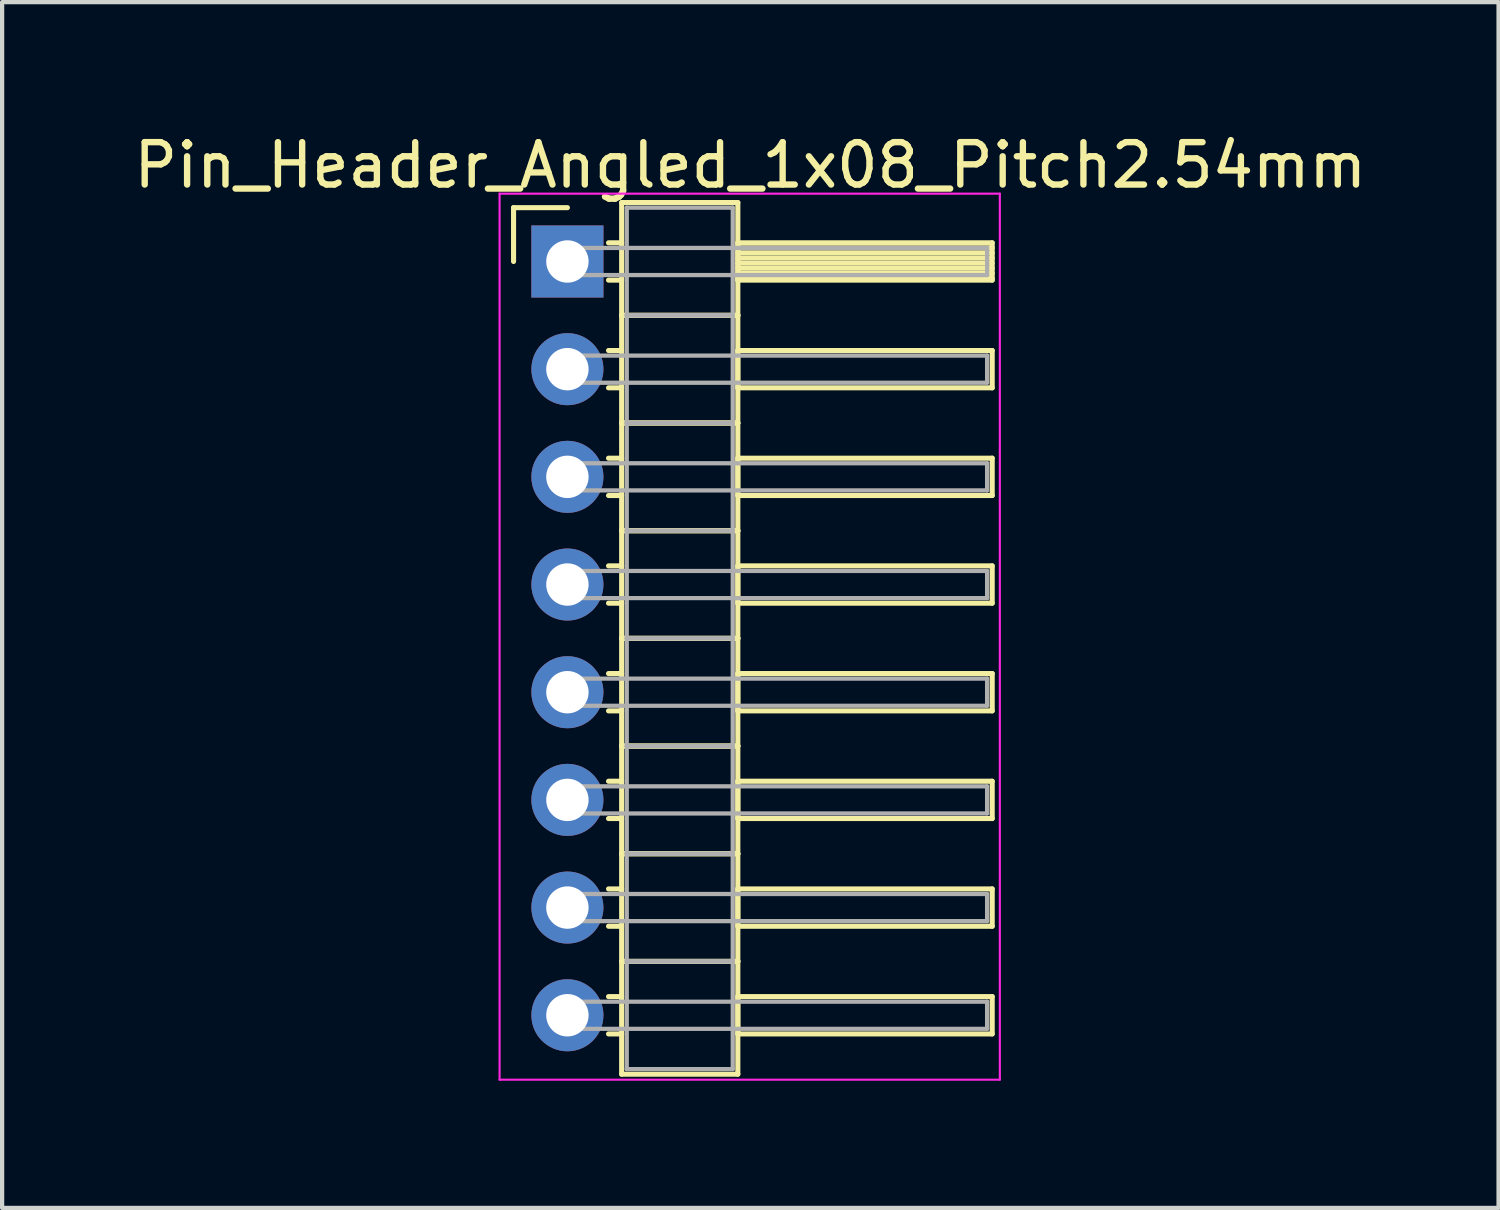
<source format=kicad_pcb>
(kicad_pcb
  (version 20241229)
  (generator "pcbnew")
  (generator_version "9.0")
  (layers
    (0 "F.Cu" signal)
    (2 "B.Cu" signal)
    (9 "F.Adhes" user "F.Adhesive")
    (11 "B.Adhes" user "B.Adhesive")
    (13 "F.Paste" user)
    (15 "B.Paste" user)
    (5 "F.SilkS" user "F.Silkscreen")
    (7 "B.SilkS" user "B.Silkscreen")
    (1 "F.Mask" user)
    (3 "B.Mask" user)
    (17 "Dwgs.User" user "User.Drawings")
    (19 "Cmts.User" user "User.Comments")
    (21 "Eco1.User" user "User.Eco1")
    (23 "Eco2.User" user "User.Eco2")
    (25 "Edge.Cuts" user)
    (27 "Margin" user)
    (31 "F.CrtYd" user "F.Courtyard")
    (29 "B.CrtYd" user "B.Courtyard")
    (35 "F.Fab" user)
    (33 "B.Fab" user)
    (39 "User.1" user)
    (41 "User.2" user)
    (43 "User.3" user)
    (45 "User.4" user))
  (footprint "Pin_Header_Angled_1x08_Pitch2.54mm"
    (layer "F.Cu")
    (at 10.334 3.118)
    (property "Reference" "Pin_Header_Angled_1x08_Pitch2.54mm" (at 4.315 -2.27 0) (layer "F.SilkS") (effects (font (size 1 1) (thickness 0.15))))
    (attr through_hole)
    (fp_line (start -1.27 -1.27) (end 0 -1.27) (stroke (width 0.12) (type solid)) (layer "F.SilkS"))
    (fp_line (start -1.27 0) (end -1.27 -1.27) (stroke (width 0.12) (type solid)) (layer "F.SilkS"))
    (fp_line (start 0.97 -0.44) (end 1.28 -0.44) (stroke (width 0.12) (type solid)) (layer "F.SilkS"))
    (fp_line (start 0.97 0.44) (end 1.28 0.44) (stroke (width 0.12) (type solid)) (layer "F.SilkS"))
    (fp_line (start 0.97 2.1) (end 1.28 2.1) (stroke (width 0.12) (type solid)) (layer "F.SilkS"))
    (fp_line (start 0.97 2.98) (end 1.28 2.98) (stroke (width 0.12) (type solid)) (layer "F.SilkS"))
    (fp_line (start 0.97 4.64) (end 1.28 4.64) (stroke (width 0.12) (type solid)) (layer "F.SilkS"))
    (fp_line (start 0.97 5.52) (end 1.28 5.52) (stroke (width 0.12) (type solid)) (layer "F.SilkS"))
    (fp_line (start 0.97 7.18) (end 1.28 7.18) (stroke (width 0.12) (type solid)) (layer "F.SilkS"))
    (fp_line (start 0.97 8.06) (end 1.28 8.06) (stroke (width 0.12) (type solid)) (layer "F.SilkS"))
    (fp_line (start 0.97 9.72) (end 1.28 9.72) (stroke (width 0.12) (type solid)) (layer "F.SilkS"))
    (fp_line (start 0.97 10.6) (end 1.28 10.6) (stroke (width 0.12) (type solid)) (layer "F.SilkS"))
    (fp_line (start 0.97 12.26) (end 1.28 12.26) (stroke (width 0.12) (type solid)) (layer "F.SilkS"))
    (fp_line (start 0.97 13.14) (end 1.28 13.14) (stroke (width 0.12) (type solid)) (layer "F.SilkS"))
    (fp_line (start 0.97 14.8) (end 1.28 14.8) (stroke (width 0.12) (type solid)) (layer "F.SilkS"))
    (fp_line (start 0.97 15.68) (end 1.28 15.68) (stroke (width 0.12) (type solid)) (layer "F.SilkS"))
    (fp_line (start 0.97 17.34) (end 1.28 17.34) (stroke (width 0.12) (type solid)) (layer "F.SilkS"))
    (fp_line (start 0.97 18.22) (end 1.28 18.22) (stroke (width 0.12) (type solid)) (layer "F.SilkS"))
    (fp_line (start 1.28 -1.39) (end 1.28 1.27) (stroke (width 0.12) (type solid)) (layer "F.SilkS"))
    (fp_line (start 1.28 1.27) (end 1.28 3.81) (stroke (width 0.12) (type solid)) (layer "F.SilkS"))
    (fp_line (start 1.28 1.27) (end 4.02 1.27) (stroke (width 0.12) (type solid)) (layer "F.SilkS"))
    (fp_line (start 1.28 3.81) (end 1.28 6.35) (stroke (width 0.12) (type solid)) (layer "F.SilkS"))
    (fp_line (start 1.28 3.81) (end 4.02 3.81) (stroke (width 0.12) (type solid)) (layer "F.SilkS"))
    (fp_line (start 1.28 6.35) (end 1.28 8.89) (stroke (width 0.12) (type solid)) (layer "F.SilkS"))
    (fp_line (start 1.28 6.35) (end 4.02 6.35) (stroke (width 0.12) (type solid)) (layer "F.SilkS"))
    (fp_line (start 1.28 8.89) (end 1.28 11.43) (stroke (width 0.12) (type solid)) (layer "F.SilkS"))
    (fp_line (start 1.28 8.89) (end 4.02 8.89) (stroke (width 0.12) (type solid)) (layer "F.SilkS"))
    (fp_line (start 1.28 11.43) (end 1.28 13.97) (stroke (width 0.12) (type solid)) (layer "F.SilkS"))
    (fp_line (start 1.28 11.43) (end 4.02 11.43) (stroke (width 0.12) (type solid)) (layer "F.SilkS"))
    (fp_line (start 1.28 13.97) (end 1.28 16.51) (stroke (width 0.12) (type solid)) (layer "F.SilkS"))
    (fp_line (start 1.28 13.97) (end 4.02 13.97) (stroke (width 0.12) (type solid)) (layer "F.SilkS"))
    (fp_line (start 1.28 16.51) (end 1.28 19.17) (stroke (width 0.12) (type solid)) (layer "F.SilkS"))
    (fp_line (start 1.28 16.51) (end 4.02 16.51) (stroke (width 0.12) (type solid)) (layer "F.SilkS"))
    (fp_line (start 1.28 19.17) (end 4.02 19.17) (stroke (width 0.12) (type solid)) (layer "F.SilkS"))
    (fp_line (start 4.02 -1.39) (end 1.28 -1.39) (stroke (width 0.12) (type solid)) (layer "F.SilkS"))
    (fp_line (start 4.02 -0.44) (end 4.02 0.44) (stroke (width 0.12) (type solid)) (layer "F.SilkS"))
    (fp_line (start 4.02 -0.32) (end 10.02 -0.32) (stroke (width 0.12) (type solid)) (layer "F.SilkS"))
    (fp_line (start 4.02 -0.2) (end 10.02 -0.2) (stroke (width 0.12) (type solid)) (layer "F.SilkS"))
    (fp_line (start 4.02 -0.08) (end 10.02 -0.08) (stroke (width 0.12) (type solid)) (layer "F.SilkS"))
    (fp_line (start 4.02 0.04) (end 10.02 0.04) (stroke (width 0.12) (type solid)) (layer "F.SilkS"))
    (fp_line (start 4.02 0.16) (end 10.02 0.16) (stroke (width 0.12) (type solid)) (layer "F.SilkS"))
    (fp_line (start 4.02 0.28) (end 10.02 0.28) (stroke (width 0.12) (type solid)) (layer "F.SilkS"))
    (fp_line (start 4.02 0.4) (end 10.02 0.4) (stroke (width 0.12) (type solid)) (layer "F.SilkS"))
    (fp_line (start 4.02 0.44) (end 10.02 0.44) (stroke (width 0.12) (type solid)) (layer "F.SilkS"))
    (fp_line (start 4.02 1.27) (end 1.28 1.27) (stroke (width 0.12) (type solid)) (layer "F.SilkS"))
    (fp_line (start 4.02 1.27) (end 4.02 -1.39) (stroke (width 0.12) (type solid)) (layer "F.SilkS"))
    (fp_line (start 4.02 2.1) (end 4.02 2.98) (stroke (width 0.12) (type solid)) (layer "F.SilkS"))
    (fp_line (start 4.02 2.98) (end 10.02 2.98) (stroke (width 0.12) (type solid)) (layer "F.SilkS"))
    (fp_line (start 4.02 3.81) (end 1.28 3.81) (stroke (width 0.12) (type solid)) (layer "F.SilkS"))
    (fp_line (start 4.02 3.81) (end 4.02 1.27) (stroke (width 0.12) (type solid)) (layer "F.SilkS"))
    (fp_line (start 4.02 4.64) (end 4.02 5.52) (stroke (width 0.12) (type solid)) (layer "F.SilkS"))
    (fp_line (start 4.02 5.52) (end 10.02 5.52) (stroke (width 0.12) (type solid)) (layer "F.SilkS"))
    (fp_line (start 4.02 6.35) (end 1.28 6.35) (stroke (width 0.12) (type solid)) (layer "F.SilkS"))
    (fp_line (start 4.02 6.35) (end 4.02 3.81) (stroke (width 0.12) (type solid)) (layer "F.SilkS"))
    (fp_line (start 4.02 7.18) (end 4.02 8.06) (stroke (width 0.12) (type solid)) (layer "F.SilkS"))
    (fp_line (start 4.02 8.06) (end 10.02 8.06) (stroke (width 0.12) (type solid)) (layer "F.SilkS"))
    (fp_line (start 4.02 8.89) (end 1.28 8.89) (stroke (width 0.12) (type solid)) (layer "F.SilkS"))
    (fp_line (start 4.02 8.89) (end 4.02 6.35) (stroke (width 0.12) (type solid)) (layer "F.SilkS"))
    (fp_line (start 4.02 9.72) (end 4.02 10.6) (stroke (width 0.12) (type solid)) (layer "F.SilkS"))
    (fp_line (start 4.02 10.6) (end 10.02 10.6) (stroke (width 0.12) (type solid)) (layer "F.SilkS"))
    (fp_line (start 4.02 11.43) (end 1.28 11.43) (stroke (width 0.12) (type solid)) (layer "F.SilkS"))
    (fp_line (start 4.02 11.43) (end 4.02 8.89) (stroke (width 0.12) (type solid)) (layer "F.SilkS"))
    (fp_line (start 4.02 12.26) (end 4.02 13.14) (stroke (width 0.12) (type solid)) (layer "F.SilkS"))
    (fp_line (start 4.02 13.14) (end 10.02 13.14) (stroke (width 0.12) (type solid)) (layer "F.SilkS"))
    (fp_line (start 4.02 13.97) (end 1.28 13.97) (stroke (width 0.12) (type solid)) (layer "F.SilkS"))
    (fp_line (start 4.02 13.97) (end 4.02 11.43) (stroke (width 0.12) (type solid)) (layer "F.SilkS"))
    (fp_line (start 4.02 14.8) (end 4.02 15.68) (stroke (width 0.12) (type solid)) (layer "F.SilkS"))
    (fp_line (start 4.02 15.68) (end 10.02 15.68) (stroke (width 0.12) (type solid)) (layer "F.SilkS"))
    (fp_line (start 4.02 16.51) (end 1.28 16.51) (stroke (width 0.12) (type solid)) (layer "F.SilkS"))
    (fp_line (start 4.02 16.51) (end 4.02 13.97) (stroke (width 0.12) (type solid)) (layer "F.SilkS"))
    (fp_line (start 4.02 17.34) (end 4.02 18.22) (stroke (width 0.12) (type solid)) (layer "F.SilkS"))
    (fp_line (start 4.02 18.22) (end 10.02 18.22) (stroke (width 0.12) (type solid)) (layer "F.SilkS"))
    (fp_line (start 4.02 19.17) (end 4.02 16.51) (stroke (width 0.12) (type solid)) (layer "F.SilkS"))
    (fp_line (start 10.02 -0.44) (end 4.02 -0.44) (stroke (width 0.12) (type solid)) (layer "F.SilkS"))
    (fp_line (start 10.02 0.44) (end 10.02 -0.44) (stroke (width 0.12) (type solid)) (layer "F.SilkS"))
    (fp_line (start 10.02 2.1) (end 4.02 2.1) (stroke (width 0.12) (type solid)) (layer "F.SilkS"))
    (fp_line (start 10.02 2.98) (end 10.02 2.1) (stroke (width 0.12) (type solid)) (layer "F.SilkS"))
    (fp_line (start 10.02 4.64) (end 4.02 4.64) (stroke (width 0.12) (type solid)) (layer "F.SilkS"))
    (fp_line (start 10.02 5.52) (end 10.02 4.64) (stroke (width 0.12) (type solid)) (layer "F.SilkS"))
    (fp_line (start 10.02 7.18) (end 4.02 7.18) (stroke (width 0.12) (type solid)) (layer "F.SilkS"))
    (fp_line (start 10.02 8.06) (end 10.02 7.18) (stroke (width 0.12) (type solid)) (layer "F.SilkS"))
    (fp_line (start 10.02 9.72) (end 4.02 9.72) (stroke (width 0.12) (type solid)) (layer "F.SilkS"))
    (fp_line (start 10.02 10.6) (end 10.02 9.72) (stroke (width 0.12) (type solid)) (layer "F.SilkS"))
    (fp_line (start 10.02 12.26) (end 4.02 12.26) (stroke (width 0.12) (type solid)) (layer "F.SilkS"))
    (fp_line (start 10.02 13.14) (end 10.02 12.26) (stroke (width 0.12) (type solid)) (layer "F.SilkS"))
    (fp_line (start 10.02 14.8) (end 4.02 14.8) (stroke (width 0.12) (type solid)) (layer "F.SilkS"))
    (fp_line (start 10.02 15.68) (end 10.02 14.8) (stroke (width 0.12) (type solid)) (layer "F.SilkS"))
    (fp_line (start 10.02 17.34) (end 4.02 17.34) (stroke (width 0.12) (type solid)) (layer "F.SilkS"))
    (fp_line (start 10.02 18.22) (end 10.02 17.34) (stroke (width 0.12) (type solid)) (layer "F.SilkS"))
    (fp_line (start -1.6 -1.6) (end -1.6 19.3) (stroke (width 0.05) (type solid)) (layer "F.CrtYd"))
    (fp_line (start -1.6 19.3) (end 10.2 19.3) (stroke (width 0.05) (type solid)) (layer "F.CrtYd"))
    (fp_line (start 10.2 -1.6) (end -1.6 -1.6) (stroke (width 0.05) (type solid)) (layer "F.CrtYd"))
    (fp_line (start 10.2 19.3) (end 10.2 -1.6) (stroke (width 0.05) (type solid)) (layer "F.CrtYd"))
    (fp_line (start 0 -0.32) (end 0 0.32) (stroke (width 0.1) (type solid)) (layer "F.Fab"))
    (fp_line (start 0 0.32) (end 9.9 0.32) (stroke (width 0.1) (type solid)) (layer "F.Fab"))
    (fp_line (start 0 2.22) (end 0 2.86) (stroke (width 0.1) (type solid)) (layer "F.Fab"))
    (fp_line (start 0 2.86) (end 9.9 2.86) (stroke (width 0.1) (type solid)) (layer "F.Fab"))
    (fp_line (start 0 4.76) (end 0 5.4) (stroke (width 0.1) (type solid)) (layer "F.Fab"))
    (fp_line (start 0 5.4) (end 9.9 5.4) (stroke (width 0.1) (type solid)) (layer "F.Fab"))
    (fp_line (start 0 7.3) (end 0 7.94) (stroke (width 0.1) (type solid)) (layer "F.Fab"))
    (fp_line (start 0 7.94) (end 9.9 7.94) (stroke (width 0.1) (type solid)) (layer "F.Fab"))
    (fp_line (start 0 9.84) (end 0 10.48) (stroke (width 0.1) (type solid)) (layer "F.Fab"))
    (fp_line (start 0 10.48) (end 9.9 10.48) (stroke (width 0.1) (type solid)) (layer "F.Fab"))
    (fp_line (start 0 12.38) (end 0 13.02) (stroke (width 0.1) (type solid)) (layer "F.Fab"))
    (fp_line (start 0 13.02) (end 9.9 13.02) (stroke (width 0.1) (type solid)) (layer "F.Fab"))
    (fp_line (start 0 14.92) (end 0 15.56) (stroke (width 0.1) (type solid)) (layer "F.Fab"))
    (fp_line (start 0 15.56) (end 9.9 15.56) (stroke (width 0.1) (type solid)) (layer "F.Fab"))
    (fp_line (start 0 17.46) (end 0 18.1) (stroke (width 0.1) (type solid)) (layer "F.Fab"))
    (fp_line (start 0 18.1) (end 9.9 18.1) (stroke (width 0.1) (type solid)) (layer "F.Fab"))
    (fp_line (start 1.4 -1.27) (end 1.4 1.27) (stroke (width 0.1) (type solid)) (layer "F.Fab"))
    (fp_line (start 1.4 1.27) (end 1.4 3.81) (stroke (width 0.1) (type solid)) (layer "F.Fab"))
    (fp_line (start 1.4 1.27) (end 3.9 1.27) (stroke (width 0.1) (type solid)) (layer "F.Fab"))
    (fp_line (start 1.4 3.81) (end 1.4 6.35) (stroke (width 0.1) (type solid)) (layer "F.Fab"))
    (fp_line (start 1.4 3.81) (end 3.9 3.81) (stroke (width 0.1) (type solid)) (layer "F.Fab"))
    (fp_line (start 1.4 6.35) (end 1.4 8.89) (stroke (width 0.1) (type solid)) (layer "F.Fab"))
    (fp_line (start 1.4 6.35) (end 3.9 6.35) (stroke (width 0.1) (type solid)) (layer "F.Fab"))
    (fp_line (start 1.4 8.89) (end 1.4 11.43) (stroke (width 0.1) (type solid)) (layer "F.Fab"))
    (fp_line (start 1.4 8.89) (end 3.9 8.89) (stroke (width 0.1) (type solid)) (layer "F.Fab"))
    (fp_line (start 1.4 11.43) (end 1.4 13.97) (stroke (width 0.1) (type solid)) (layer "F.Fab"))
    (fp_line (start 1.4 11.43) (end 3.9 11.43) (stroke (width 0.1) (type solid)) (layer "F.Fab"))
    (fp_line (start 1.4 13.97) (end 1.4 16.51) (stroke (width 0.1) (type solid)) (layer "F.Fab"))
    (fp_line (start 1.4 13.97) (end 3.9 13.97) (stroke (width 0.1) (type solid)) (layer "F.Fab"))
    (fp_line (start 1.4 16.51) (end 1.4 19.05) (stroke (width 0.1) (type solid)) (layer "F.Fab"))
    (fp_line (start 1.4 16.51) (end 3.9 16.51) (stroke (width 0.1) (type solid)) (layer "F.Fab"))
    (fp_line (start 1.4 19.05) (end 3.9 19.05) (stroke (width 0.1) (type solid)) (layer "F.Fab"))
    (fp_line (start 3.9 -1.27) (end 1.4 -1.27) (stroke (width 0.1) (type solid)) (layer "F.Fab"))
    (fp_line (start 3.9 1.27) (end 1.4 1.27) (stroke (width 0.1) (type solid)) (layer "F.Fab"))
    (fp_line (start 3.9 1.27) (end 3.9 -1.27) (stroke (width 0.1) (type solid)) (layer "F.Fab"))
    (fp_line (start 3.9 3.81) (end 1.4 3.81) (stroke (width 0.1) (type solid)) (layer "F.Fab"))
    (fp_line (start 3.9 3.81) (end 3.9 1.27) (stroke (width 0.1) (type solid)) (layer "F.Fab"))
    (fp_line (start 3.9 6.35) (end 1.4 6.35) (stroke (width 0.1) (type solid)) (layer "F.Fab"))
    (fp_line (start 3.9 6.35) (end 3.9 3.81) (stroke (width 0.1) (type solid)) (layer "F.Fab"))
    (fp_line (start 3.9 8.89) (end 1.4 8.89) (stroke (width 0.1) (type solid)) (layer "F.Fab"))
    (fp_line (start 3.9 8.89) (end 3.9 6.35) (stroke (width 0.1) (type solid)) (layer "F.Fab"))
    (fp_line (start 3.9 11.43) (end 1.4 11.43) (stroke (width 0.1) (type solid)) (layer "F.Fab"))
    (fp_line (start 3.9 11.43) (end 3.9 8.89) (stroke (width 0.1) (type solid)) (layer "F.Fab"))
    (fp_line (start 3.9 13.97) (end 1.4 13.97) (stroke (width 0.1) (type solid)) (layer "F.Fab"))
    (fp_line (start 3.9 13.97) (end 3.9 11.43) (stroke (width 0.1) (type solid)) (layer "F.Fab"))
    (fp_line (start 3.9 16.51) (end 1.4 16.51) (stroke (width 0.1) (type solid)) (layer "F.Fab"))
    (fp_line (start 3.9 16.51) (end 3.9 13.97) (stroke (width 0.1) (type solid)) (layer "F.Fab"))
    (fp_line (start 3.9 19.05) (end 3.9 16.51) (stroke (width 0.1) (type solid)) (layer "F.Fab"))
    (fp_line (start 9.9 -0.32) (end 0 -0.32) (stroke (width 0.1) (type solid)) (layer "F.Fab"))
    (fp_line (start 9.9 0.32) (end 9.9 -0.32) (stroke (width 0.1) (type solid)) (layer "F.Fab"))
    (fp_line (start 9.9 2.22) (end 0 2.22) (stroke (width 0.1) (type solid)) (layer "F.Fab"))
    (fp_line (start 9.9 2.86) (end 9.9 2.22) (stroke (width 0.1) (type solid)) (layer "F.Fab"))
    (fp_line (start 9.9 4.76) (end 0 4.76) (stroke (width 0.1) (type solid)) (layer "F.Fab"))
    (fp_line (start 9.9 5.4) (end 9.9 4.76) (stroke (width 0.1) (type solid)) (layer "F.Fab"))
    (fp_line (start 9.9 7.3) (end 0 7.3) (stroke (width 0.1) (type solid)) (layer "F.Fab"))
    (fp_line (start 9.9 7.94) (end 9.9 7.3) (stroke (width 0.1) (type solid)) (layer "F.Fab"))
    (fp_line (start 9.9 9.84) (end 0 9.84) (stroke (width 0.1) (type solid)) (layer "F.Fab"))
    (fp_line (start 9.9 10.48) (end 9.9 9.84) (stroke (width 0.1) (type solid)) (layer "F.Fab"))
    (fp_line (start 9.9 12.38) (end 0 12.38) (stroke (width 0.1) (type solid)) (layer "F.Fab"))
    (fp_line (start 9.9 13.02) (end 9.9 12.38) (stroke (width 0.1) (type solid)) (layer "F.Fab"))
    (fp_line (start 9.9 14.92) (end 0 14.92) (stroke (width 0.1) (type solid)) (layer "F.Fab"))
    (fp_line (start 9.9 15.56) (end 9.9 14.92) (stroke (width 0.1) (type solid)) (layer "F.Fab"))
    (fp_line (start 9.9 17.46) (end 0 17.46) (stroke (width 0.1) (type solid)) (layer "F.Fab"))
    (fp_line (start 9.9 18.1) (end 9.9 17.46) (stroke (width 0.1) (type solid)) (layer "F.Fab"))
    (pad "1" thru_hole rect (at 0 0) (size 1.7 1.7) (drill 1) (layers "*.Cu" "*.Mask"))
    (pad "2" thru_hole oval (at 0 2.54) (size 1.7 1.7) (drill 1) (layers "*.Cu" "*.Mask"))
    (pad "3" thru_hole oval (at 0 5.08) (size 1.7 1.7) (drill 1) (layers "*.Cu" "*.Mask"))
    (pad "4" thru_hole oval (at 0 7.62) (size 1.7 1.7) (drill 1) (layers "*.Cu" "*.Mask"))
    (pad "5" thru_hole oval (at 0 10.16) (size 1.7 1.7) (drill 1) (layers "*.Cu" "*.Mask"))
    (pad "6" thru_hole oval (at 0 12.7) (size 1.7 1.7) (drill 1) (layers "*.Cu" "*.Mask"))
    (pad "7" thru_hole oval (at 0 15.24) (size 1.7 1.7) (drill 1) (layers "*.Cu" "*.Mask"))
    (pad "8" thru_hole oval (at 0 17.78) (size 1.7 1.7) (drill 1) (layers "*.Cu" "*.Mask")))
  (gr_rect
    (start -3 -3)
    (end 32.298 25.443)
    (stroke (width 0.1) (type default))
    (fill no)
    (layer "Edge.Cuts")))
</source>
